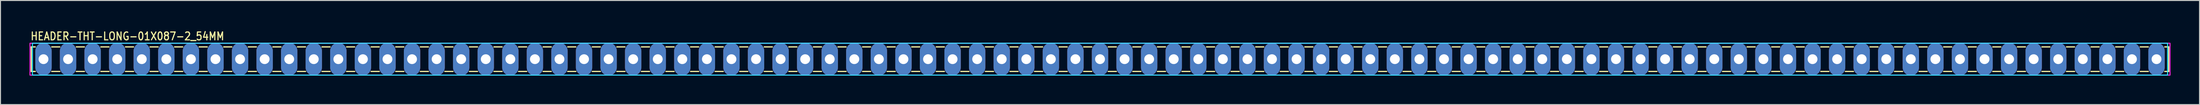
<source format=kicad_pcb>
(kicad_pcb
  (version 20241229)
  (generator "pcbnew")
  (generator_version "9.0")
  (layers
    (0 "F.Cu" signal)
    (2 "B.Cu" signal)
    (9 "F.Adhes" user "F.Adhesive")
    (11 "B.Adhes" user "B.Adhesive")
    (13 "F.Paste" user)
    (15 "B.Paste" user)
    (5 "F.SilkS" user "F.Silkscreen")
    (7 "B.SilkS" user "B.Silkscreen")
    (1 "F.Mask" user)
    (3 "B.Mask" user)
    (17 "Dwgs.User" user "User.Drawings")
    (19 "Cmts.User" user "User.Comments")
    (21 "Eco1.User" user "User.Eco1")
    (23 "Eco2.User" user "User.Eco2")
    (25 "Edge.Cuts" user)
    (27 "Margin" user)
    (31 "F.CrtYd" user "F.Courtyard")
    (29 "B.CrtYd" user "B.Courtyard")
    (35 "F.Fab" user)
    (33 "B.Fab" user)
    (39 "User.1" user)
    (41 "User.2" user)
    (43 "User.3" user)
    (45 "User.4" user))
  (footprint "HEADER-THT-LONG-01X087-2_54MM"
    (layer "F.Cu")
    (at 1.447 3.079)
    (property "Reference" "HEADER-THT-LONG-01X087-2_54MM" (at -1.4 -1.9 0) (unlocked yes) (layer "F.SilkS") (effects (font (size 0.813 0.695) (thickness 0.122)) (justify left bottom)))
    (fp_line (start -1.27 -1.27) (end -1.27 1.27) (stroke (width 0.127) (type solid)) (layer "F.SilkS"))
    (fp_line (start -1.27 1.27) (end -0.85 1.27) (stroke (width 0.127) (type solid)) (layer "F.SilkS"))
    (fp_line (start -0.85 -1.27) (end -1.27 -1.27) (stroke (width 0.127) (type solid)) (layer "F.SilkS"))
    (fp_line (start 0.85 -1.27) (end 1.69 -1.27) (stroke (width 0.127) (type solid)) (layer "F.SilkS"))
    (fp_line (start 0.85 1.27) (end 1.69 1.27) (stroke (width 0.127) (type solid)) (layer "F.SilkS"))
    (fp_line (start 3.39 -1.27) (end 4.23 -1.27) (stroke (width 0.127) (type solid)) (layer "F.SilkS"))
    (fp_line (start 3.39 1.27) (end 4.23 1.27) (stroke (width 0.127) (type solid)) (layer "F.SilkS"))
    (fp_line (start 5.93 -1.27) (end 6.77 -1.27) (stroke (width 0.127) (type solid)) (layer "F.SilkS"))
    (fp_line (start 5.93 1.27) (end 6.77 1.27) (stroke (width 0.127) (type solid)) (layer "F.SilkS"))
    (fp_line (start 8.47 -1.27) (end 9.31 -1.27) (stroke (width 0.127) (type solid)) (layer "F.SilkS"))
    (fp_line (start 8.47 1.27) (end 9.31 1.27) (stroke (width 0.127) (type solid)) (layer "F.SilkS"))
    (fp_line (start 11.01 -1.27) (end 11.85 -1.27) (stroke (width 0.127) (type solid)) (layer "F.SilkS"))
    (fp_line (start 11.01 1.27) (end 11.85 1.27) (stroke (width 0.127) (type solid)) (layer "F.SilkS"))
    (fp_line (start 13.55 -1.27) (end 14.39 -1.27) (stroke (width 0.127) (type solid)) (layer "F.SilkS"))
    (fp_line (start 13.55 1.27) (end 14.39 1.27) (stroke (width 0.127) (type solid)) (layer "F.SilkS"))
    (fp_line (start 16.09 -1.27) (end 16.93 -1.27) (stroke (width 0.127) (type solid)) (layer "F.SilkS"))
    (fp_line (start 16.09 1.27) (end 16.93 1.27) (stroke (width 0.127) (type solid)) (layer "F.SilkS"))
    (fp_line (start 18.63 -1.27) (end 19.47 -1.27) (stroke (width 0.127) (type solid)) (layer "F.SilkS"))
    (fp_line (start 18.63 1.27) (end 19.47 1.27) (stroke (width 0.127) (type solid)) (layer "F.SilkS"))
    (fp_line (start 21.17 -1.27) (end 22.01 -1.27) (stroke (width 0.127) (type solid)) (layer "F.SilkS"))
    (fp_line (start 21.17 1.27) (end 22.01 1.27) (stroke (width 0.127) (type solid)) (layer "F.SilkS"))
    (fp_line (start 23.71 -1.27) (end 24.55 -1.27) (stroke (width 0.127) (type solid)) (layer "F.SilkS"))
    (fp_line (start 23.71 1.27) (end 24.55 1.27) (stroke (width 0.127) (type solid)) (layer "F.SilkS"))
    (fp_line (start 26.25 -1.27) (end 27.09 -1.27) (stroke (width 0.127) (type solid)) (layer "F.SilkS"))
    (fp_line (start 26.25 1.27) (end 27.09 1.27) (stroke (width 0.127) (type solid)) (layer "F.SilkS"))
    (fp_line (start 28.79 -1.27) (end 29.63 -1.27) (stroke (width 0.127) (type solid)) (layer "F.SilkS"))
    (fp_line (start 28.79 1.27) (end 29.63 1.27) (stroke (width 0.127) (type solid)) (layer "F.SilkS"))
    (fp_line (start 31.33 -1.27) (end 32.17 -1.27) (stroke (width 0.127) (type solid)) (layer "F.SilkS"))
    (fp_line (start 31.33 1.27) (end 32.17 1.27) (stroke (width 0.127) (type solid)) (layer "F.SilkS"))
    (fp_line (start 33.87 -1.27) (end 34.71 -1.27) (stroke (width 0.127) (type solid)) (layer "F.SilkS"))
    (fp_line (start 33.87 1.27) (end 34.71 1.27) (stroke (width 0.127) (type solid)) (layer "F.SilkS"))
    (fp_line (start 36.41 -1.27) (end 37.25 -1.27) (stroke (width 0.127) (type solid)) (layer "F.SilkS"))
    (fp_line (start 36.41 1.27) (end 37.25 1.27) (stroke (width 0.127) (type solid)) (layer "F.SilkS"))
    (fp_line (start 38.95 -1.27) (end 39.79 -1.27) (stroke (width 0.127) (type solid)) (layer "F.SilkS"))
    (fp_line (start 38.95 1.27) (end 39.79 1.27) (stroke (width 0.127) (type solid)) (layer "F.SilkS"))
    (fp_line (start 41.49 -1.27) (end 42.33 -1.27) (stroke (width 0.127) (type solid)) (layer "F.SilkS"))
    (fp_line (start 41.49 1.27) (end 42.33 1.27) (stroke (width 0.127) (type solid)) (layer "F.SilkS"))
    (fp_line (start 44.03 -1.27) (end 44.87 -1.27) (stroke (width 0.127) (type solid)) (layer "F.SilkS"))
    (fp_line (start 44.03 1.27) (end 44.87 1.27) (stroke (width 0.127) (type solid)) (layer "F.SilkS"))
    (fp_line (start 46.57 -1.27) (end 47.41 -1.27) (stroke (width 0.127) (type solid)) (layer "F.SilkS"))
    (fp_line (start 46.57 1.27) (end 47.41 1.27) (stroke (width 0.127) (type solid)) (layer "F.SilkS"))
    (fp_line (start 49.11 -1.27) (end 49.95 -1.27) (stroke (width 0.127) (type solid)) (layer "F.SilkS"))
    (fp_line (start 49.11 1.27) (end 49.95 1.27) (stroke (width 0.127) (type solid)) (layer "F.SilkS"))
    (fp_line (start 51.65 -1.27) (end 52.49 -1.27) (stroke (width 0.127) (type solid)) (layer "F.SilkS"))
    (fp_line (start 51.65 1.27) (end 52.49 1.27) (stroke (width 0.127) (type solid)) (layer "F.SilkS"))
    (fp_line (start 54.19 -1.27) (end 55.03 -1.27) (stroke (width 0.127) (type solid)) (layer "F.SilkS"))
    (fp_line (start 54.19 1.27) (end 55.03 1.27) (stroke (width 0.127) (type solid)) (layer "F.SilkS"))
    (fp_line (start 56.73 -1.27) (end 57.57 -1.27) (stroke (width 0.127) (type solid)) (layer "F.SilkS"))
    (fp_line (start 56.73 1.27) (end 57.57 1.27) (stroke (width 0.127) (type solid)) (layer "F.SilkS"))
    (fp_line (start 59.27 -1.27) (end 60.11 -1.27) (stroke (width 0.127) (type solid)) (layer "F.SilkS"))
    (fp_line (start 59.27 1.27) (end 60.11 1.27) (stroke (width 0.127) (type solid)) (layer "F.SilkS"))
    (fp_line (start 61.81 -1.27) (end 62.65 -1.27) (stroke (width 0.127) (type solid)) (layer "F.SilkS"))
    (fp_line (start 61.81 1.27) (end 62.65 1.27) (stroke (width 0.127) (type solid)) (layer "F.SilkS"))
    (fp_line (start 64.35 -1.27) (end 65.19 -1.27) (stroke (width 0.127) (type solid)) (layer "F.SilkS"))
    (fp_line (start 64.35 1.27) (end 65.19 1.27) (stroke (width 0.127) (type solid)) (layer "F.SilkS"))
    (fp_line (start 66.89 -1.27) (end 67.73 -1.27) (stroke (width 0.127) (type solid)) (layer "F.SilkS"))
    (fp_line (start 66.89 1.27) (end 67.73 1.27) (stroke (width 0.127) (type solid)) (layer "F.SilkS"))
    (fp_line (start 69.43 -1.27) (end 70.27 -1.27) (stroke (width 0.127) (type solid)) (layer "F.SilkS"))
    (fp_line (start 69.43 1.27) (end 70.27 1.27) (stroke (width 0.127) (type solid)) (layer "F.SilkS"))
    (fp_line (start 71.97 -1.27) (end 72.81 -1.27) (stroke (width 0.127) (type solid)) (layer "F.SilkS"))
    (fp_line (start 71.97 1.27) (end 72.81 1.27) (stroke (width 0.127) (type solid)) (layer "F.SilkS"))
    (fp_line (start 74.51 -1.27) (end 75.35 -1.27) (stroke (width 0.127) (type solid)) (layer "F.SilkS"))
    (fp_line (start 74.51 1.27) (end 75.35 1.27) (stroke (width 0.127) (type solid)) (layer "F.SilkS"))
    (fp_line (start 77.05 -1.27) (end 77.89 -1.27) (stroke (width 0.127) (type solid)) (layer "F.SilkS"))
    (fp_line (start 77.05 1.27) (end 77.89 1.27) (stroke (width 0.127) (type solid)) (layer "F.SilkS"))
    (fp_line (start 79.59 -1.27) (end 80.43 -1.27) (stroke (width 0.127) (type solid)) (layer "F.SilkS"))
    (fp_line (start 79.59 1.27) (end 80.43 1.27) (stroke (width 0.127) (type solid)) (layer "F.SilkS"))
    (fp_line (start 82.13 -1.27) (end 82.97 -1.27) (stroke (width 0.127) (type solid)) (layer "F.SilkS"))
    (fp_line (start 82.13 1.27) (end 82.97 1.27) (stroke (width 0.127) (type solid)) (layer "F.SilkS"))
    (fp_line (start 84.67 -1.27) (end 85.51 -1.27) (stroke (width 0.127) (type solid)) (layer "F.SilkS"))
    (fp_line (start 84.67 1.27) (end 85.51 1.27) (stroke (width 0.127) (type solid)) (layer "F.SilkS"))
    (fp_line (start 87.21 -1.27) (end 88.05 -1.27) (stroke (width 0.127) (type solid)) (layer "F.SilkS"))
    (fp_line (start 87.21 1.27) (end 88.05 1.27) (stroke (width 0.127) (type solid)) (layer "F.SilkS"))
    (fp_line (start 89.75 -1.27) (end 90.59 -1.27) (stroke (width 0.127) (type solid)) (layer "F.SilkS"))
    (fp_line (start 89.75 1.27) (end 90.59 1.27) (stroke (width 0.127) (type solid)) (layer "F.SilkS"))
    (fp_line (start 92.29 -1.27) (end 93.13 -1.27) (stroke (width 0.127) (type solid)) (layer "F.SilkS"))
    (fp_line (start 92.29 1.27) (end 93.13 1.27) (stroke (width 0.127) (type solid)) (layer "F.SilkS"))
    (fp_line (start 94.83 -1.27) (end 95.67 -1.27) (stroke (width 0.127) (type solid)) (layer "F.SilkS"))
    (fp_line (start 94.83 1.27) (end 95.67 1.27) (stroke (width 0.127) (type solid)) (layer "F.SilkS"))
    (fp_line (start 97.37 -1.27) (end 98.21 -1.27) (stroke (width 0.127) (type solid)) (layer "F.SilkS"))
    (fp_line (start 97.37 1.27) (end 98.21 1.27) (stroke (width 0.127) (type solid)) (layer "F.SilkS"))
    (fp_line (start 99.91 -1.27) (end 100.75 -1.27) (stroke (width 0.127) (type solid)) (layer "F.SilkS"))
    (fp_line (start 99.91 1.27) (end 100.75 1.27) (stroke (width 0.127) (type solid)) (layer "F.SilkS"))
    (fp_line (start 102.45 -1.27) (end 103.29 -1.27) (stroke (width 0.127) (type solid)) (layer "F.SilkS"))
    (fp_line (start 102.45 1.27) (end 103.29 1.27) (stroke (width 0.127) (type solid)) (layer "F.SilkS"))
    (fp_line (start 104.99 -1.27) (end 105.83 -1.27) (stroke (width 0.127) (type solid)) (layer "F.SilkS"))
    (fp_line (start 104.99 1.27) (end 105.83 1.27) (stroke (width 0.127) (type solid)) (layer "F.SilkS"))
    (fp_line (start 107.53 -1.27) (end 108.37 -1.27) (stroke (width 0.127) (type solid)) (layer "F.SilkS"))
    (fp_line (start 107.53 1.27) (end 108.37 1.27) (stroke (width 0.127) (type solid)) (layer "F.SilkS"))
    (fp_line (start 110.07 -1.27) (end 110.91 -1.27) (stroke (width 0.127) (type solid)) (layer "F.SilkS"))
    (fp_line (start 110.07 1.27) (end 110.91 1.27) (stroke (width 0.127) (type solid)) (layer "F.SilkS"))
    (fp_line (start 112.61 -1.27) (end 113.45 -1.27) (stroke (width 0.127) (type solid)) (layer "F.SilkS"))
    (fp_line (start 112.61 1.27) (end 113.45 1.27) (stroke (width 0.127) (type solid)) (layer "F.SilkS"))
    (fp_line (start 115.15 -1.27) (end 115.99 -1.27) (stroke (width 0.127) (type solid)) (layer "F.SilkS"))
    (fp_line (start 115.15 1.27) (end 115.99 1.27) (stroke (width 0.127) (type solid)) (layer "F.SilkS"))
    (fp_line (start 117.69 -1.27) (end 118.53 -1.27) (stroke (width 0.127) (type solid)) (layer "F.SilkS"))
    (fp_line (start 117.69 1.27) (end 118.53 1.27) (stroke (width 0.127) (type solid)) (layer "F.SilkS"))
    (fp_line (start 120.23 -1.27) (end 121.07 -1.27) (stroke (width 0.127) (type solid)) (layer "F.SilkS"))
    (fp_line (start 120.23 1.27) (end 121.07 1.27) (stroke (width 0.127) (type solid)) (layer "F.SilkS"))
    (fp_line (start 122.77 -1.27) (end 123.61 -1.27) (stroke (width 0.127) (type solid)) (layer "F.SilkS"))
    (fp_line (start 122.77 1.27) (end 123.61 1.27) (stroke (width 0.127) (type solid)) (layer "F.SilkS"))
    (fp_line (start 125.31 -1.27) (end 126.15 -1.27) (stroke (width 0.127) (type solid)) (layer "F.SilkS"))
    (fp_line (start 125.31 1.27) (end 126.15 1.27) (stroke (width 0.127) (type solid)) (layer "F.SilkS"))
    (fp_line (start 127.85 -1.27) (end 128.69 -1.27) (stroke (width 0.127) (type solid)) (layer "F.SilkS"))
    (fp_line (start 127.85 1.27) (end 128.69 1.27) (stroke (width 0.127) (type solid)) (layer "F.SilkS"))
    (fp_line (start 130.39 -1.27) (end 131.23 -1.27) (stroke (width 0.127) (type solid)) (layer "F.SilkS"))
    (fp_line (start 130.39 1.27) (end 131.23 1.27) (stroke (width 0.127) (type solid)) (layer "F.SilkS"))
    (fp_line (start 132.93 -1.27) (end 133.77 -1.27) (stroke (width 0.127) (type solid)) (layer "F.SilkS"))
    (fp_line (start 132.93 1.27) (end 133.77 1.27) (stroke (width 0.127) (type solid)) (layer "F.SilkS"))
    (fp_line (start 135.47 -1.27) (end 136.31 -1.27) (stroke (width 0.127) (type solid)) (layer "F.SilkS"))
    (fp_line (start 135.47 1.27) (end 136.31 1.27) (stroke (width 0.127) (type solid)) (layer "F.SilkS"))
    (fp_line (start 138.01 -1.27) (end 138.85 -1.27) (stroke (width 0.127) (type solid)) (layer "F.SilkS"))
    (fp_line (start 138.01 1.27) (end 138.85 1.27) (stroke (width 0.127) (type solid)) (layer "F.SilkS"))
    (fp_line (start 140.55 -1.27) (end 141.39 -1.27) (stroke (width 0.127) (type solid)) (layer "F.SilkS"))
    (fp_line (start 140.55 1.27) (end 141.39 1.27) (stroke (width 0.127) (type solid)) (layer "F.SilkS"))
    (fp_line (start 143.09 -1.27) (end 143.93 -1.27) (stroke (width 0.127) (type solid)) (layer "F.SilkS"))
    (fp_line (start 143.09 1.27) (end 143.93 1.27) (stroke (width 0.127) (type solid)) (layer "F.SilkS"))
    (fp_line (start 145.63 -1.27) (end 146.47 -1.27) (stroke (width 0.127) (type solid)) (layer "F.SilkS"))
    (fp_line (start 145.63 1.27) (end 146.47 1.27) (stroke (width 0.127) (type solid)) (layer "F.SilkS"))
    (fp_line (start 148.17 -1.27) (end 149.01 -1.27) (stroke (width 0.127) (type solid)) (layer "F.SilkS"))
    (fp_line (start 148.17 1.27) (end 149.01 1.27) (stroke (width 0.127) (type solid)) (layer "F.SilkS"))
    (fp_line (start 150.71 -1.27) (end 151.55 -1.27) (stroke (width 0.127) (type solid)) (layer "F.SilkS"))
    (fp_line (start 150.71 1.27) (end 151.55 1.27) (stroke (width 0.127) (type solid)) (layer "F.SilkS"))
    (fp_line (start 153.25 -1.27) (end 154.09 -1.27) (stroke (width 0.127) (type solid)) (layer "F.SilkS"))
    (fp_line (start 153.25 1.27) (end 154.09 1.27) (stroke (width 0.127) (type solid)) (layer "F.SilkS"))
    (fp_line (start 155.79 -1.27) (end 156.63 -1.27) (stroke (width 0.127) (type solid)) (layer "F.SilkS"))
    (fp_line (start 155.79 1.27) (end 156.63 1.27) (stroke (width 0.127) (type solid)) (layer "F.SilkS"))
    (fp_line (start 158.33 -1.27) (end 159.17 -1.27) (stroke (width 0.127) (type solid)) (layer "F.SilkS"))
    (fp_line (start 158.33 1.27) (end 159.17 1.27) (stroke (width 0.127) (type solid)) (layer "F.SilkS"))
    (fp_line (start 160.87 -1.27) (end 161.71 -1.27) (stroke (width 0.127) (type solid)) (layer "F.SilkS"))
    (fp_line (start 160.87 1.27) (end 161.71 1.27) (stroke (width 0.127) (type solid)) (layer "F.SilkS"))
    (fp_line (start 163.41 -1.27) (end 164.25 -1.27) (stroke (width 0.127) (type solid)) (layer "F.SilkS"))
    (fp_line (start 163.41 1.27) (end 164.25 1.27) (stroke (width 0.127) (type solid)) (layer "F.SilkS"))
    (fp_line (start 165.95 -1.27) (end 166.79 -1.27) (stroke (width 0.127) (type solid)) (layer "F.SilkS"))
    (fp_line (start 165.95 1.27) (end 166.79 1.27) (stroke (width 0.127) (type solid)) (layer "F.SilkS"))
    (fp_line (start 168.49 -1.27) (end 169.33 -1.27) (stroke (width 0.127) (type solid)) (layer "F.SilkS"))
    (fp_line (start 168.49 1.27) (end 169.33 1.27) (stroke (width 0.127) (type solid)) (layer "F.SilkS"))
    (fp_line (start 171.03 -1.27) (end 171.87 -1.27) (stroke (width 0.127) (type solid)) (layer "F.SilkS"))
    (fp_line (start 171.03 1.27) (end 171.87 1.27) (stroke (width 0.127) (type solid)) (layer "F.SilkS"))
    (fp_line (start 173.57 -1.27) (end 174.41 -1.27) (stroke (width 0.127) (type solid)) (layer "F.SilkS"))
    (fp_line (start 173.57 1.27) (end 174.41 1.27) (stroke (width 0.127) (type solid)) (layer "F.SilkS"))
    (fp_line (start 176.11 -1.27) (end 176.95 -1.27) (stroke (width 0.127) (type solid)) (layer "F.SilkS"))
    (fp_line (start 176.11 1.27) (end 176.95 1.27) (stroke (width 0.127) (type solid)) (layer "F.SilkS"))
    (fp_line (start 178.65 -1.27) (end 179.49 -1.27) (stroke (width 0.127) (type solid)) (layer "F.SilkS"))
    (fp_line (start 178.65 1.27) (end 179.49 1.27) (stroke (width 0.127) (type solid)) (layer "F.SilkS"))
    (fp_line (start 181.19 -1.27) (end 182.03 -1.27) (stroke (width 0.127) (type solid)) (layer "F.SilkS"))
    (fp_line (start 181.19 1.27) (end 182.03 1.27) (stroke (width 0.127) (type solid)) (layer "F.SilkS"))
    (fp_line (start 183.73 -1.27) (end 184.57 -1.27) (stroke (width 0.127) (type solid)) (layer "F.SilkS"))
    (fp_line (start 183.73 1.27) (end 184.57 1.27) (stroke (width 0.127) (type solid)) (layer "F.SilkS"))
    (fp_line (start 186.27 -1.27) (end 187.11 -1.27) (stroke (width 0.127) (type solid)) (layer "F.SilkS"))
    (fp_line (start 186.27 1.27) (end 187.11 1.27) (stroke (width 0.127) (type solid)) (layer "F.SilkS"))
    (fp_line (start 188.81 -1.27) (end 189.65 -1.27) (stroke (width 0.127) (type solid)) (layer "F.SilkS"))
    (fp_line (start 188.81 1.27) (end 189.65 1.27) (stroke (width 0.127) (type solid)) (layer "F.SilkS"))
    (fp_line (start 191.35 -1.27) (end 192.19 -1.27) (stroke (width 0.127) (type solid)) (layer "F.SilkS"))
    (fp_line (start 191.35 1.27) (end 192.19 1.27) (stroke (width 0.127) (type solid)) (layer "F.SilkS"))
    (fp_line (start 193.89 -1.27) (end 194.73 -1.27) (stroke (width 0.127) (type solid)) (layer "F.SilkS"))
    (fp_line (start 193.89 1.27) (end 194.73 1.27) (stroke (width 0.127) (type solid)) (layer "F.SilkS"))
    (fp_line (start 196.43 -1.27) (end 197.27 -1.27) (stroke (width 0.127) (type solid)) (layer "F.SilkS"))
    (fp_line (start 196.43 1.27) (end 197.27 1.27) (stroke (width 0.127) (type solid)) (layer "F.SilkS"))
    (fp_line (start 198.97 -1.27) (end 199.81 -1.27) (stroke (width 0.127) (type solid)) (layer "F.SilkS"))
    (fp_line (start 198.97 1.27) (end 199.81 1.27) (stroke (width 0.127) (type solid)) (layer "F.SilkS"))
    (fp_line (start 201.51 -1.27) (end 202.35 -1.27) (stroke (width 0.127) (type solid)) (layer "F.SilkS"))
    (fp_line (start 201.51 1.27) (end 202.35 1.27) (stroke (width 0.127) (type solid)) (layer "F.SilkS"))
    (fp_line (start 204.05 -1.27) (end 204.89 -1.27) (stroke (width 0.127) (type solid)) (layer "F.SilkS"))
    (fp_line (start 204.05 1.27) (end 204.89 1.27) (stroke (width 0.127) (type solid)) (layer "F.SilkS"))
    (fp_line (start 206.59 -1.27) (end 207.43 -1.27) (stroke (width 0.127) (type solid)) (layer "F.SilkS"))
    (fp_line (start 206.59 1.27) (end 207.43 1.27) (stroke (width 0.127) (type solid)) (layer "F.SilkS"))
    (fp_line (start 209.13 -1.27) (end 209.97 -1.27) (stroke (width 0.127) (type solid)) (layer "F.SilkS"))
    (fp_line (start 209.13 1.27) (end 209.97 1.27) (stroke (width 0.127) (type solid)) (layer "F.SilkS"))
    (fp_line (start 211.67 -1.27) (end 212.51 -1.27) (stroke (width 0.127) (type solid)) (layer "F.SilkS"))
    (fp_line (start 211.67 1.27) (end 212.51 1.27) (stroke (width 0.127) (type solid)) (layer "F.SilkS"))
    (fp_line (start 214.21 -1.27) (end 215.05 -1.27) (stroke (width 0.127) (type solid)) (layer "F.SilkS"))
    (fp_line (start 214.21 1.27) (end 215.05 1.27) (stroke (width 0.127) (type solid)) (layer "F.SilkS"))
    (fp_line (start 216.75 -1.27) (end 217.59 -1.27) (stroke (width 0.127) (type solid)) (layer "F.SilkS"))
    (fp_line (start 216.75 1.27) (end 217.59 1.27) (stroke (width 0.127) (type solid)) (layer "F.SilkS"))
    (fp_line (start 219.29 -1.27) (end 219.71 -1.27) (stroke (width 0.127) (type solid)) (layer "F.SilkS"))
    (fp_line (start 219.71 -1.27) (end 219.71 1.27) (stroke (width 0.127) (type solid)) (layer "F.SilkS"))
    (fp_line (start 219.71 1.27) (end 219.29 1.27) (stroke (width 0.127) (type solid)) (layer "F.SilkS"))
    (fp_poly (pts (xy -1.143 -1.651) (xy 219.583 -1.651) (xy 219.583 1.651) (xy -1.143 1.651)) (stroke (width 0.1) (type solid)) (fill no) (layer "B.CrtYd"))
    (fp_poly (pts (xy -1.397 -1.651) (xy 219.837 -1.651) (xy 219.837 1.651) (xy -1.397 1.651)) (stroke (width 0.1) (type solid)) (fill no) (layer "F.CrtYd"))
    (pad "P$1" thru_hole oval (at 0 0 90) (size 3.387 1.693) (drill 1.016) (layers "*.Cu" "*.Mask"))
    (pad "P$2" thru_hole oval (at 2.54 0 90) (size 3.387 1.693) (drill 1.016) (layers "*.Cu" "*.Mask"))
    (pad "P$3" thru_hole oval (at 5.08 0 90) (size 3.387 1.693) (drill 1.016) (layers "*.Cu" "*.Mask"))
    (pad "P$4" thru_hole oval (at 7.62 0 90) (size 3.387 1.693) (drill 1.016) (layers "*.Cu" "*.Mask"))
    (pad "P$5" thru_hole oval (at 10.16 0 90) (size 3.387 1.693) (drill 1.016) (layers "*.Cu" "*.Mask"))
    (pad "P$6" thru_hole oval (at 12.7 0 90) (size 3.387 1.693) (drill 1.016) (layers "*.Cu" "*.Mask"))
    (pad "P$7" thru_hole oval (at 15.24 0 90) (size 3.387 1.693) (drill 1.016) (layers "*.Cu" "*.Mask"))
    (pad "P$8" thru_hole oval (at 17.78 0 90) (size 3.387 1.693) (drill 1.016) (layers "*.Cu" "*.Mask"))
    (pad "P$9" thru_hole oval (at 20.32 0 90) (size 3.387 1.693) (drill 1.016) (layers "*.Cu" "*.Mask"))
    (pad "P$10" thru_hole oval (at 22.86 0 90) (size 3.387 1.693) (drill 1.016) (layers "*.Cu" "*.Mask"))
    (pad "P$11" thru_hole oval (at 25.4 0 90) (size 3.387 1.693) (drill 1.016) (layers "*.Cu" "*.Mask"))
    (pad "P$12" thru_hole oval (at 27.94 0 90) (size 3.387 1.693) (drill 1.016) (layers "*.Cu" "*.Mask"))
    (pad "P$13" thru_hole oval (at 30.48 0 90) (size 3.387 1.693) (drill 1.016) (layers "*.Cu" "*.Mask"))
    (pad "P$14" thru_hole oval (at 33.02 0 90) (size 3.387 1.693) (drill 1.016) (layers "*.Cu" "*.Mask"))
    (pad "P$15" thru_hole oval (at 35.56 0 90) (size 3.387 1.693) (drill 1.016) (layers "*.Cu" "*.Mask"))
    (pad "P$16" thru_hole oval (at 38.1 0 90) (size 3.387 1.693) (drill 1.016) (layers "*.Cu" "*.Mask"))
    (pad "P$17" thru_hole oval (at 40.64 0 90) (size 3.387 1.693) (drill 1.016) (layers "*.Cu" "*.Mask"))
    (pad "P$18" thru_hole oval (at 43.18 0 90) (size 3.387 1.693) (drill 1.016) (layers "*.Cu" "*.Mask"))
    (pad "P$19" thru_hole oval (at 45.72 0 90) (size 3.387 1.693) (drill 1.016) (layers "*.Cu" "*.Mask"))
    (pad "P$20" thru_hole oval (at 48.26 0 90) (size 3.387 1.693) (drill 1.016) (layers "*.Cu" "*.Mask"))
    (pad "P$21" thru_hole oval (at 50.8 0 90) (size 3.387 1.693) (drill 1.016) (layers "*.Cu" "*.Mask"))
    (pad "P$22" thru_hole oval (at 53.34 0 90) (size 3.387 1.693) (drill 1.016) (layers "*.Cu" "*.Mask"))
    (pad "P$23" thru_hole oval (at 55.88 0 90) (size 3.387 1.693) (drill 1.016) (layers "*.Cu" "*.Mask"))
    (pad "P$24" thru_hole oval (at 58.42 0 90) (size 3.387 1.693) (drill 1.016) (layers "*.Cu" "*.Mask"))
    (pad "P$25" thru_hole oval (at 60.96 0 90) (size 3.387 1.693) (drill 1.016) (layers "*.Cu" "*.Mask"))
    (pad "P$26" thru_hole oval (at 63.5 0 90) (size 3.387 1.693) (drill 1.016) (layers "*.Cu" "*.Mask"))
    (pad "P$27" thru_hole oval (at 66.04 0 90) (size 3.387 1.693) (drill 1.016) (layers "*.Cu" "*.Mask"))
    (pad "P$28" thru_hole oval (at 68.58 0 90) (size 3.387 1.693) (drill 1.016) (layers "*.Cu" "*.Mask"))
    (pad "P$29" thru_hole oval (at 71.12 0 90) (size 3.387 1.693) (drill 1.016) (layers "*.Cu" "*.Mask"))
    (pad "P$30" thru_hole oval (at 73.66 0 90) (size 3.387 1.693) (drill 1.016) (layers "*.Cu" "*.Mask"))
    (pad "P$31" thru_hole oval (at 76.2 0 90) (size 3.387 1.693) (drill 1.016) (layers "*.Cu" "*.Mask"))
    (pad "P$32" thru_hole oval (at 78.74 0 90) (size 3.387 1.693) (drill 1.016) (layers "*.Cu" "*.Mask"))
    (pad "P$33" thru_hole oval (at 81.28 0 90) (size 3.387 1.693) (drill 1.016) (layers "*.Cu" "*.Mask"))
    (pad "P$34" thru_hole oval (at 83.82 0 90) (size 3.387 1.693) (drill 1.016) (layers "*.Cu" "*.Mask"))
    (pad "P$35" thru_hole oval (at 86.36 0 90) (size 3.387 1.693) (drill 1.016) (layers "*.Cu" "*.Mask"))
    (pad "P$36" thru_hole oval (at 88.9 0 90) (size 3.387 1.693) (drill 1.016) (layers "*.Cu" "*.Mask"))
    (pad "P$37" thru_hole oval (at 91.44 0 90) (size 3.387 1.693) (drill 1.016) (layers "*.Cu" "*.Mask"))
    (pad "P$38" thru_hole oval (at 93.98 0 90) (size 3.387 1.693) (drill 1.016) (layers "*.Cu" "*.Mask"))
    (pad "P$39" thru_hole oval (at 96.52 0 90) (size 3.387 1.693) (drill 1.016) (layers "*.Cu" "*.Mask"))
    (pad "P$40" thru_hole oval (at 99.06 0 90) (size 3.387 1.693) (drill 1.016) (layers "*.Cu" "*.Mask"))
    (pad "P$41" thru_hole oval (at 101.6 0 90) (size 3.387 1.693) (drill 1.016) (layers "*.Cu" "*.Mask"))
    (pad "P$42" thru_hole oval (at 104.14 0 90) (size 3.387 1.693) (drill 1.016) (layers "*.Cu" "*.Mask"))
    (pad "P$43" thru_hole oval (at 106.68 0 90) (size 3.387 1.693) (drill 1.016) (layers "*.Cu" "*.Mask"))
    (pad "P$44" thru_hole oval (at 109.22 0 90) (size 3.387 1.693) (drill 1.016) (layers "*.Cu" "*.Mask"))
    (pad "P$45" thru_hole oval (at 111.76 0 90) (size 3.387 1.693) (drill 1.016) (layers "*.Cu" "*.Mask"))
    (pad "P$46" thru_hole oval (at 114.3 0 90) (size 3.387 1.693) (drill 1.016) (layers "*.Cu" "*.Mask"))
    (pad "P$47" thru_hole oval (at 116.84 0 90) (size 3.387 1.693) (drill 1.016) (layers "*.Cu" "*.Mask"))
    (pad "P$48" thru_hole oval (at 119.38 0 90) (size 3.387 1.693) (drill 1.016) (layers "*.Cu" "*.Mask"))
    (pad "P$49" thru_hole oval (at 121.92 0 90) (size 3.387 1.693) (drill 1.016) (layers "*.Cu" "*.Mask"))
    (pad "P$50" thru_hole oval (at 124.46 0 90) (size 3.387 1.693) (drill 1.016) (layers "*.Cu" "*.Mask"))
    (pad "P$51" thru_hole oval (at 127 0 90) (size 3.387 1.693) (drill 1.016) (layers "*.Cu" "*.Mask"))
    (pad "P$52" thru_hole oval (at 129.54 0 90) (size 3.387 1.693) (drill 1.016) (layers "*.Cu" "*.Mask"))
    (pad "P$53" thru_hole oval (at 132.08 0 90) (size 3.387 1.693) (drill 1.016) (layers "*.Cu" "*.Mask"))
    (pad "P$54" thru_hole oval (at 134.62 0 90) (size 3.387 1.693) (drill 1.016) (layers "*.Cu" "*.Mask"))
    (pad "P$55" thru_hole oval (at 137.16 0 90) (size 3.387 1.693) (drill 1.016) (layers "*.Cu" "*.Mask"))
    (pad "P$56" thru_hole oval (at 139.7 0 90) (size 3.387 1.693) (drill 1.016) (layers "*.Cu" "*.Mask"))
    (pad "P$57" thru_hole oval (at 142.24 0 90) (size 3.387 1.693) (drill 1.016) (layers "*.Cu" "*.Mask"))
    (pad "P$58" thru_hole oval (at 144.78 0 90) (size 3.387 1.693) (drill 1.016) (layers "*.Cu" "*.Mask"))
    (pad "P$59" thru_hole oval (at 147.32 0 90) (size 3.387 1.693) (drill 1.016) (layers "*.Cu" "*.Mask"))
    (pad "P$60" thru_hole oval (at 149.86 0 90) (size 3.387 1.693) (drill 1.016) (layers "*.Cu" "*.Mask"))
    (pad "P$61" thru_hole oval (at 152.4 0 90) (size 3.387 1.693) (drill 1.016) (layers "*.Cu" "*.Mask"))
    (pad "P$62" thru_hole oval (at 154.94 0 90) (size 3.387 1.693) (drill 1.016) (layers "*.Cu" "*.Mask"))
    (pad "P$63" thru_hole oval (at 157.48 0 90) (size 3.387 1.693) (drill 1.016) (layers "*.Cu" "*.Mask"))
    (pad "P$64" thru_hole oval (at 160.02 0 90) (size 3.387 1.693) (drill 1.016) (layers "*.Cu" "*.Mask"))
    (pad "P$65" thru_hole oval (at 162.56 0 90) (size 3.387 1.693) (drill 1.016) (layers "*.Cu" "*.Mask"))
    (pad "P$66" thru_hole oval (at 165.1 0 90) (size 3.387 1.693) (drill 1.016) (layers "*.Cu" "*.Mask"))
    (pad "P$67" thru_hole oval (at 167.64 0 90) (size 3.387 1.693) (drill 1.016) (layers "*.Cu" "*.Mask"))
    (pad "P$68" thru_hole oval (at 170.18 0 90) (size 3.387 1.693) (drill 1.016) (layers "*.Cu" "*.Mask"))
    (pad "P$69" thru_hole oval (at 172.72 0 90) (size 3.387 1.693) (drill 1.016) (layers "*.Cu" "*.Mask"))
    (pad "P$70" thru_hole oval (at 175.26 0 90) (size 3.387 1.693) (drill 1.016) (layers "*.Cu" "*.Mask"))
    (pad "P$71" thru_hole oval (at 177.8 0 90) (size 3.387 1.693) (drill 1.016) (layers "*.Cu" "*.Mask"))
    (pad "P$72" thru_hole oval (at 180.34 0 90) (size 3.387 1.693) (drill 1.016) (layers "*.Cu" "*.Mask"))
    (pad "P$73" thru_hole oval (at 182.88 0 90) (size 3.387 1.693) (drill 1.016) (layers "*.Cu" "*.Mask"))
    (pad "P$74" thru_hole oval (at 185.42 0 90) (size 3.387 1.693) (drill 1.016) (layers "*.Cu" "*.Mask"))
    (pad "P$75" thru_hole oval (at 187.96 0 90) (size 3.387 1.693) (drill 1.016) (layers "*.Cu" "*.Mask"))
    (pad "P$76" thru_hole oval (at 190.5 0 90) (size 3.387 1.693) (drill 1.016) (layers "*.Cu" "*.Mask"))
    (pad "P$77" thru_hole oval (at 193.04 0 90) (size 3.387 1.693) (drill 1.016) (layers "*.Cu" "*.Mask"))
    (pad "P$78" thru_hole oval (at 195.58 0 90) (size 3.387 1.693) (drill 1.016) (layers "*.Cu" "*.Mask"))
    (pad "P$79" thru_hole oval (at 198.12 0 90) (size 3.387 1.693) (drill 1.016) (layers "*.Cu" "*.Mask"))
    (pad "P$80" thru_hole oval (at 200.66 0 90) (size 3.387 1.693) (drill 1.016) (layers "*.Cu" "*.Mask"))
    (pad "P$81" thru_hole oval (at 203.2 0 90) (size 3.387 1.693) (drill 1.016) (layers "*.Cu" "*.Mask"))
    (pad "P$82" thru_hole oval (at 205.74 0 90) (size 3.387 1.693) (drill 1.016) (layers "*.Cu" "*.Mask"))
    (pad "P$83" thru_hole oval (at 208.28 0 90) (size 3.387 1.693) (drill 1.016) (layers "*.Cu" "*.Mask"))
    (pad "P$84" thru_hole oval (at 210.82 0 90) (size 3.387 1.693) (drill 1.016) (layers "*.Cu" "*.Mask"))
    (pad "P$85" thru_hole oval (at 213.36 0 90) (size 3.387 1.693) (drill 1.016) (layers "*.Cu" "*.Mask"))
    (pad "P$86" thru_hole oval (at 215.9 0 90) (size 3.387 1.693) (drill 1.016) (layers "*.Cu" "*.Mask"))
    (pad "P$87" thru_hole oval (at 218.44 0 90) (size 3.387 1.693) (drill 1.016) (layers "*.Cu" "*.Mask")))
  (gr_rect
    (start -3 -3)
    (end 224.334 7.78)
    (stroke (width 0.1) (type default))
    (fill no)
    (layer "Edge.Cuts")))
</source>
